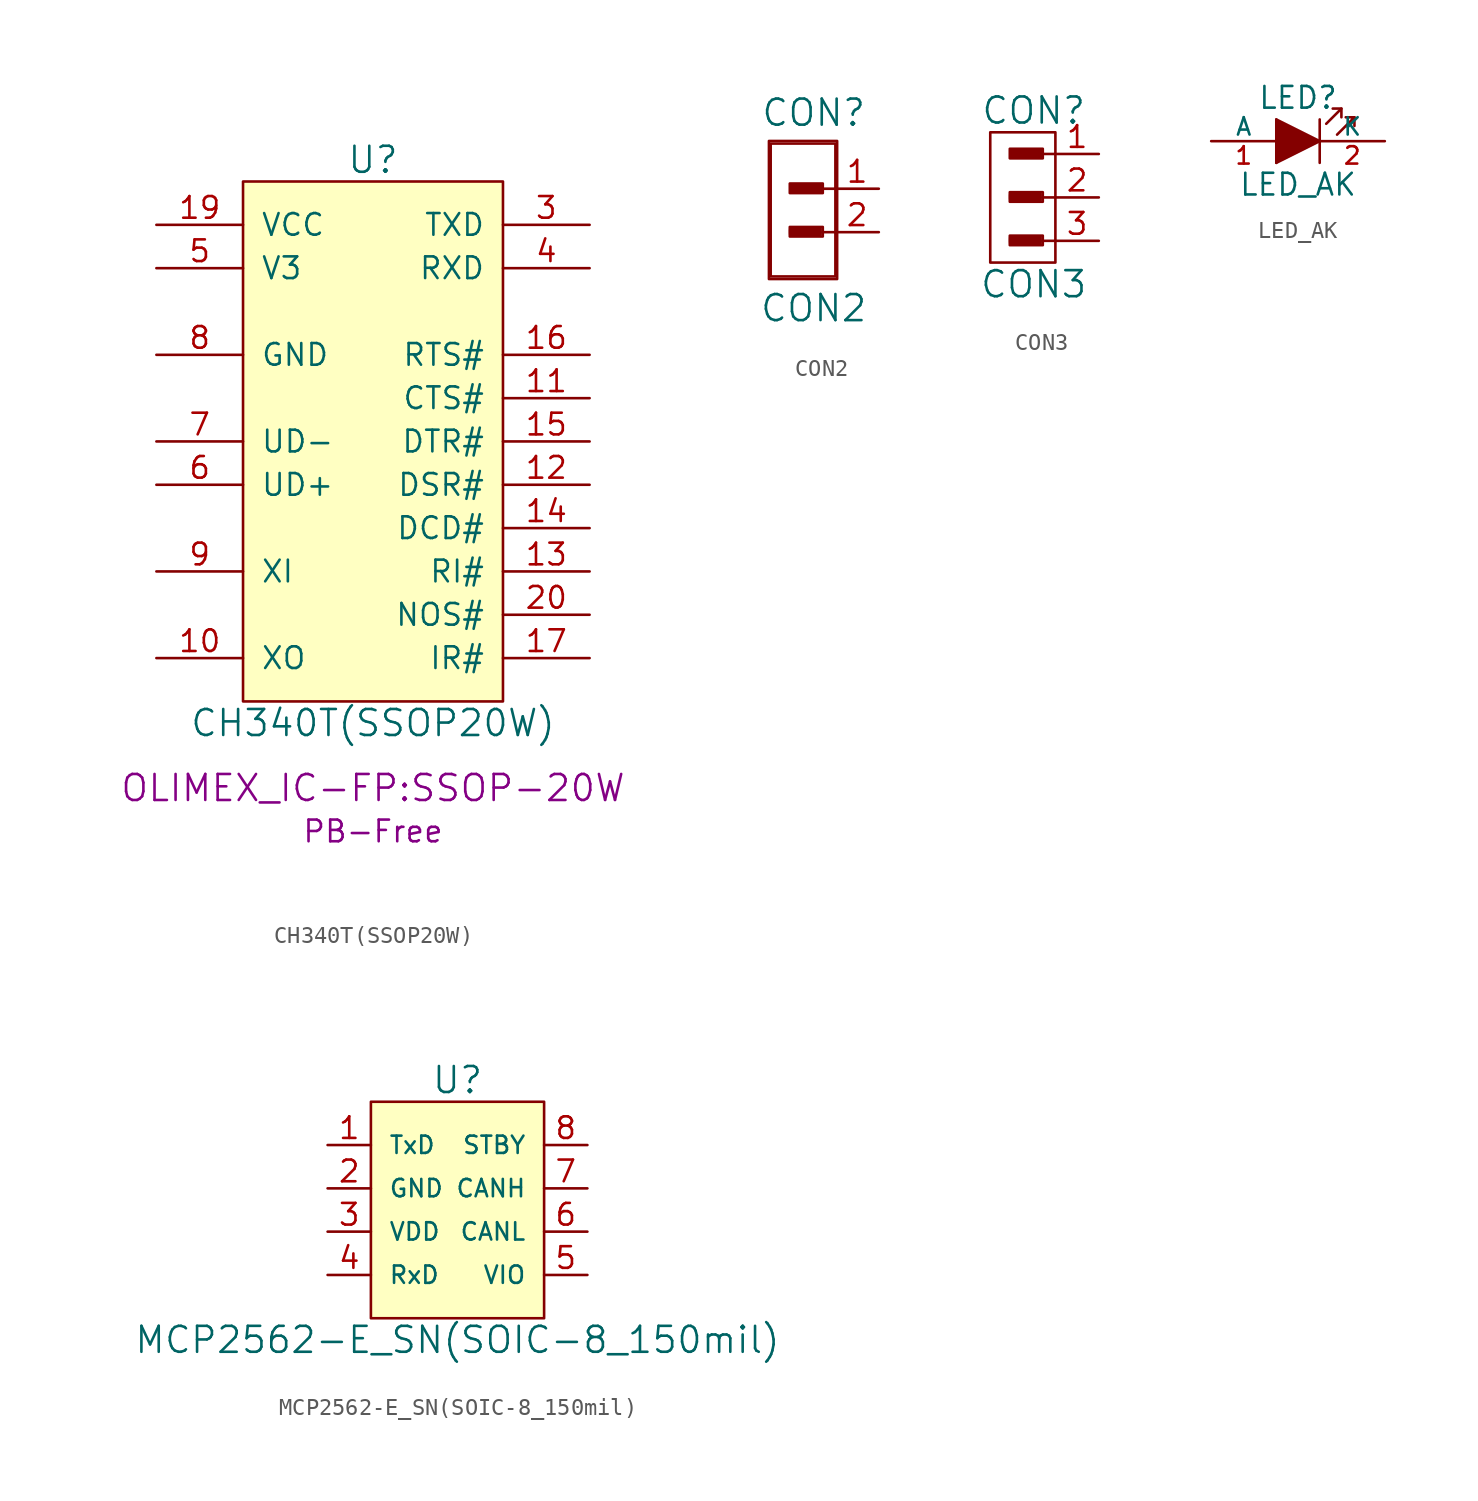
<source format=kicad_sym>
(kicad_symbol_lib
  (version 20231120)
  (generator "kicad_symbol_editor")
  (generator_version "8.0")
  (symbol "CH340T(SSOP20W)"
    (pin_names
      (offset 1.016))
    (property "Reference" "U"
      (at 0 16.51 0)
      (effects (font (size 1.524 1.524))))
    (property "Value" "CH340T(SSOP20W)"
      (at 0 -16.51 0)
      (effects (font (size 1.524 1.524))))
    (property "Footprint" "OLIMEX_IC-FP:SSOP-20W"
      (at 0 -20.32 0)
      (effects (font (size 1.524 1.524))))
    (property "Datasheet" ""
      (at 0 0 0)
      (effects (font (size 1.524 1.524))))
    (property "Note" "PB-Free"
      (at 0 -22.86 0)
      (effects (font (size 1.27 1.27))))
    (symbol "CH340T(SSOP20W)_0_1"
      (rectangle (start -7.62 15.24) (end 7.62 -15.24) (stroke (width 0) (type solid)) (fill (type background))))
    (symbol "CH340T(SSOP20W)_1_1"
      (pin output line (at -12.7 -12.7 0) (length 5.08) (name "XO" (effects (font (size 1.27 1.27)))) (number "10" (effects (font (size 1.27 1.27)))))
      (pin input line (at 12.7 2.54 180) (length 5.08) (name "CTS#" (effects (font (size 1.27 1.27)))) (number "11" (effects (font (size 1.27 1.27)))))
      (pin input line (at 12.7 -2.54 180) (length 5.08) (name "DSR#" (effects (font (size 1.27 1.27)))) (number "12" (effects (font (size 1.27 1.27)))))
      (pin input line (at 12.7 -7.62 180) (length 5.08) (name "RI#" (effects (font (size 1.27 1.27)))) (number "13" (effects (font (size 1.27 1.27)))))
      (pin input line (at 12.7 -5.08 180) (length 5.08) (name "DCD#" (effects (font (size 1.27 1.27)))) (number "14" (effects (font (size 1.27 1.27)))))
      (pin output line (at 12.7 0 180) (length 5.08) (name "DTR#" (effects (font (size 1.27 1.27)))) (number "15" (effects (font (size 1.27 1.27)))))
      (pin output line (at 12.7 5.08 180) (length 5.08) (name "RTS#" (effects (font (size 1.27 1.27)))) (number "16" (effects (font (size 1.27 1.27)))))
      (pin input line (at 12.7 -12.7 180) (length 5.08) (name "IR#" (effects (font (size 1.27 1.27)))) (number "17" (effects (font (size 1.27 1.27)))))
      (pin power_in line (at -12.7 12.7 0) (length 5.08) (name "VCC" (effects (font (size 1.27 1.27)))) (number "19" (effects (font (size 1.27 1.27)))))
      (pin input line (at 12.7 -10.16 180) (length 5.08) (name "NOS#" (effects (font (size 1.27 1.27)))) (number "20" (effects (font (size 1.27 1.27)))))
      (pin output line (at 12.7 12.7 180) (length 5.08) (name "TXD" (effects (font (size 1.27 1.27)))) (number "3" (effects (font (size 1.27 1.27)))))
      (pin input line (at 12.7 10.16 180) (length 5.08) (name "RXD" (effects (font (size 1.27 1.27)))) (number "4" (effects (font (size 1.27 1.27)))))
      (pin power_in line (at -12.7 10.16 0) (length 5.08) (name "V3" (effects (font (size 1.27 1.27)))) (number "5" (effects (font (size 1.27 1.27)))))
      (pin bidirectional line (at -12.7 -2.54 0) (length 5.08) (name "UD+" (effects (font (size 1.27 1.27)))) (number "6" (effects (font (size 1.27 1.27)))))
      (pin bidirectional line (at -12.7 0 0) (length 5.08) (name "UD-" (effects (font (size 1.27 1.27)))) (number "7" (effects (font (size 1.27 1.27)))))
      (pin power_in line (at -12.7 5.08 0) (length 5.08) (name "GND" (effects (font (size 1.27 1.27)))) (number "8" (effects (font (size 1.27 1.27)))))
      (pin input line (at -12.7 -7.62 0) (length 5.08) (name "XI" (effects (font (size 1.27 1.27)))) (number "9" (effects (font (size 1.27 1.27)))))))
  (symbol "CON2"
    (pin_names
      (offset 1.016))
    (property "Reference" "CON"
      (at -1.27 4.445 0)
      (effects (font (size 1.524 1.524))))
    (property "Value" "CON2"
      (at -1.27 -6.985 0)
      (effects (font (size 1.524 1.524))))
    (property "Footprint" ""
      (at -1.905 -1.27 0)
      (effects (font (size 1.524 1.524))))
    (property "Datasheet" ""
      (at -1.905 -1.27 0)
      (effects (font (size 1.524 1.524))))
    (symbol "CON2_0_0"
      (rectangle (start -2.642 -2.692) (end -0.864 -2.337) (stroke (width 0) (type solid)) (fill (type none)))
      (rectangle (start -2.616 -2.591) (end -0.965 -2.489) (stroke (width 0) (type solid)) (fill (type none)))
      (rectangle (start -2.616 -0.152) (end -0.838 0.203) (stroke (width 0) (type solid)) (fill (type none)))
      (rectangle (start -2.591 -0.025) (end -0.94 0.076) (stroke (width 0) (type solid)) (fill (type none)))
      (rectangle (start -0.965 -2.413) (end -2.642 -2.616) (stroke (width 0) (type solid)) (fill (type none)))
      (rectangle (start -0.864 0.102) (end -2.54 -0.102) (stroke (width 0) (type solid)) (fill (type none)))
      (rectangle (start -0.737 -2.235) (end -2.667 -2.794) (stroke (width 0) (type solid)) (fill (type none)))
      (rectangle (start -0.737 0.305) (end -2.667 -0.254) (stroke (width 0) (type solid)) (fill (type none)))
      (polyline (pts (xy 0 -2.54) (xy -0.762 -2.54)) (stroke (width 0) (type solid)) (fill (type none)))
      (polyline (pts (xy 0 0) (xy -0.762 0)) (stroke (width 0) (type solid)) (fill (type none)))
      (rectangle (start 0 2.642) (end -3.785 -5.131) (stroke (width 0) (type solid)) (fill (type none)))
      (rectangle (start 0.102 2.794) (end -3.886 -5.283) (stroke (width 0) (type solid)) (fill (type none))))
    (symbol "CON2_1_1"
      (pin passive line (at 2.54 0 180) (length 2.54) (name "~" (effects (font (size 1.27 1.27)))) (number "1" (effects (font (size 1.27 1.27)))))
      (pin passive line (at 2.54 -2.54 180) (length 2.54) (name "~" (effects (font (size 1.27 1.27)))) (number "2" (effects (font (size 1.27 1.27)))))))
  (symbol "CON3"
    (pin_names
      (offset 1.016))
    (property "Reference" "CON"
      (at -1.27 5.08 0)
      (effects (font (size 1.524 1.524))))
    (property "Value" "CON3"
      (at -1.27 -5.08 0)
      (effects (font (size 1.524 1.524))))
    (property "Footprint" ""
      (at -1.905 1.27 0)
      (effects (font (size 1.524 1.524))))
    (property "Datasheet" ""
      (at -1.905 1.27 0)
      (effects (font (size 1.524 1.524))))
    (symbol "CON3_0_0"
      (rectangle (start -2.642 -2.692) (end -0.864 -2.337) (stroke (width 0) (type solid)) (fill (type none)))
      (rectangle (start -2.642 -0.152) (end -0.864 0.203) (stroke (width 0) (type solid)) (fill (type none)))
      (rectangle (start -2.616 -2.591) (end -0.965 -2.489) (stroke (width 0) (type solid)) (fill (type none)))
      (rectangle (start -2.616 -0.051) (end -0.965 0.051) (stroke (width 0) (type solid)) (fill (type none)))
      (rectangle (start -2.616 2.388) (end -0.838 2.743) (stroke (width 0) (type solid)) (fill (type none)))
      (rectangle (start -2.591 2.515) (end -0.94 2.616) (stroke (width 0) (type solid)) (fill (type none)))
      (rectangle (start -0.965 -2.413) (end -2.642 -2.616) (stroke (width 0) (type solid)) (fill (type none)))
      (rectangle (start -0.965 0.127) (end -2.642 -0.076) (stroke (width 0) (type solid)) (fill (type none)))
      (rectangle (start -0.864 2.642) (end -2.54 2.438) (stroke (width 0) (type solid)) (fill (type none)))
      (rectangle (start -0.737 -2.235) (end -2.667 -2.794) (stroke (width 0) (type solid)) (fill (type none)))
      (rectangle (start -0.737 0.305) (end -2.667 -0.254) (stroke (width 0) (type solid)) (fill (type none)))
      (rectangle (start -0.737 2.845) (end -2.667 2.286) (stroke (width 0) (type solid)) (fill (type none)))
      (polyline (pts (xy 0 -2.54) (xy -0.762 -2.54)) (stroke (width 0) (type solid)) (fill (type none)))
      (polyline (pts (xy 0 0) (xy -0.762 0)) (stroke (width 0) (type solid)) (fill (type none)))
      (polyline (pts (xy 0 2.54) (xy -0.762 2.54)) (stroke (width 0) (type solid)) (fill (type none))))
    (symbol "CON3_0_1"
      (rectangle (start -3.81 3.81) (end 0 -3.81) (stroke (width 0) (type solid)) (fill (type none))))
    (symbol "CON3_1_1"
      (pin passive line (at 2.54 2.54 180) (length 2.54) (name "~" (effects (font (size 1.27 1.27)))) (number "1" (effects (font (size 1.27 1.27)))))
      (pin passive line (at 2.54 0 180) (length 2.54) (name "~" (effects (font (size 1.27 1.27)))) (number "2" (effects (font (size 1.27 1.27)))))
      (pin passive line (at 2.54 -2.54 180) (length 2.54) (name "~" (effects (font (size 1.27 1.27)))) (number "3" (effects (font (size 1.27 1.27)))))))
  (symbol "LED_AK"
    (pin_names
      (offset 0))
    (property "Reference" "LED"
      (at 0 2.54 0)
      (effects (font (size 1.27 1.27))))
    (property "Value" "LED_AK"
      (at 0 -2.54 0)
      (effects (font (size 1.27 1.27))))
    (property "Footprint" ""
      (at 0 0 0)
      (effects (font (size 1.524 1.524))))
    (property "Datasheet" ""
      (at 0 0 0)
      (effects (font (size 1.524 1.524))))
    (symbol "LED_AK_0_1"
      (rectangle (start -1.27 1.27) (end -1.27 -1.27) (stroke (width 0) (type solid)) (fill (type none)))
      (polyline (pts (xy 1.27 -1.27) (xy 1.27 1.27)) (stroke (width 0) (type solid)) (fill (type none)))
      (polyline (pts (xy 2.54 1.905) (xy 2.032 1.905)) (stroke (width 0) (type solid)) (fill (type none)))
      (polyline (pts (xy 3.302 1.397) (xy 3.302 0.889)) (stroke (width 0) (type solid)) (fill (type none)))
      (polyline (pts (xy -1.27 -1.27) (xy 1.27 0) (xy -1.27 1.27)) (stroke (width 0) (type solid)) (fill (type outline)))
      (polyline (pts (xy 1.651 1.016) (xy 2.54 1.905) (xy 2.54 1.397)) (stroke (width 0) (type solid)) (fill (type none)))
      (polyline (pts (xy 2.286 0.381) (xy 3.302 1.397) (xy 2.794 1.397)) (stroke (width 0) (type solid)) (fill (type none))))
    (symbol "LED_AK_1_1"
      (pin passive line (at -5.08 0 0) (length 3.81) (name "A" (effects (font (size 1.016 1.016)))) (number "1" (effects (font (size 1.016 1.016)))))
      (pin passive line (at 5.08 0 180) (length 3.81) (name "K" (effects (font (size 1.016 1.016)))) (number "2" (effects (font (size 1.016 1.016)))))))
  (symbol "MCP2562-E_SN(SOIC-8_150mil)"
    (pin_names
      (offset 1.016))
    (property "Reference" "U"
      (at 0 6.35 0)
      (effects (font (size 1.524 1.524))))
    (property "Value" "MCP2562-E_SN(SOIC-8_150mil)"
      (at 0 -8.89 0)
      (effects (font (size 1.524 1.524))))
    (symbol "MCP2562-E_SN(SOIC-8_150mil)_1_1"
      (rectangle (start -5.08 5.08) (end 5.08 -7.62) (stroke (width 0) (type solid)) (fill (type background)))
      (pin input line (at -7.62 2.54 0) (length 2.54) (name "TxD" (effects (font (size 1.016 1.016)))) (number "1" (effects (font (size 1.27 1.27)))))
      (pin power_in line (at -7.62 0 0) (length 2.54) (name "GND" (effects (font (size 1.016 1.016)))) (number "2" (effects (font (size 1.27 1.27)))))
      (pin power_in line (at -7.62 -2.54 0) (length 2.54) (name "VDD" (effects (font (size 1.016 1.016)))) (number "3" (effects (font (size 1.27 1.27)))))
      (pin output line (at -7.62 -5.08 0) (length 2.54) (name "RxD" (effects (font (size 1.016 1.016)))) (number "4" (effects (font (size 1.27 1.27)))))
      (pin power_in line (at 7.62 -5.08 180) (length 2.54) (name "VIO" (effects (font (size 1.016 1.016)))) (number "5" (effects (font (size 1.27 1.27)))))
      (pin bidirectional line (at 7.62 -2.54 180) (length 2.54) (name "CANL" (effects (font (size 1.016 1.016)))) (number "6" (effects (font (size 1.27 1.27)))))
      (pin bidirectional line (at 7.62 0 180) (length 2.54) (name "CANH" (effects (font (size 1.016 1.016)))) (number "7" (effects (font (size 1.27 1.27)))))
      (pin input line (at 7.62 2.54 180) (length 2.54) (name "STBY" (effects (font (size 1.016 1.016)))) (number "8" (effects (font (size 1.27 1.27))))))))
</source>
